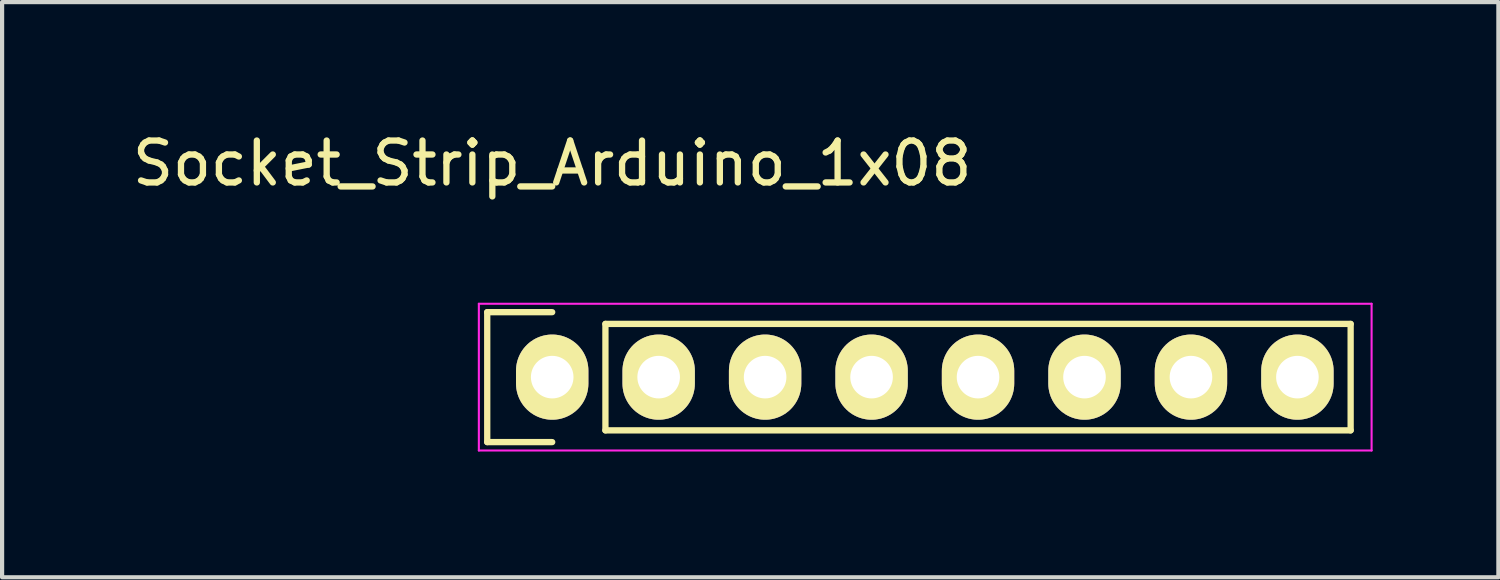
<source format=kicad_pcb>
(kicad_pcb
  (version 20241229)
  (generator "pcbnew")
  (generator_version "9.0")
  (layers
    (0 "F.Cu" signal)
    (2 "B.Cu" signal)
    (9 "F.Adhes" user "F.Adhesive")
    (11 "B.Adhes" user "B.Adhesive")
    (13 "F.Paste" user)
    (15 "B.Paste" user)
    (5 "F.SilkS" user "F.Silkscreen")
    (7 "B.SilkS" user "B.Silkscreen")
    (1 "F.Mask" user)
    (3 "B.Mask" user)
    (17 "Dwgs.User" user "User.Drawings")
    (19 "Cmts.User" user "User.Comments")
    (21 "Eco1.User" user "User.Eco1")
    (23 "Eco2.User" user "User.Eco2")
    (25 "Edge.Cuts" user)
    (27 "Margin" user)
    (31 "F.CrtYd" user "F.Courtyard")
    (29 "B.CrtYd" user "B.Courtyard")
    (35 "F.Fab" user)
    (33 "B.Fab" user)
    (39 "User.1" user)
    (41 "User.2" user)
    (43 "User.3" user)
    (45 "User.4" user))
  (footprint "Socket_Strip_Arduino_1x08"
    (layer "F.Cu")
    (at 10.125 5.948)
    (property "Reference" "Socket_Strip_Arduino_1x08" (at 0 -5.1 0) (layer "F.SilkS") (effects (font (size 1 1) (thickness 0.15))))
    (attr through_hole)
    (fp_line (start -1.55 -1.55) (end -1.55 1.55) (stroke (width 0.15) (type solid)) (layer "F.SilkS"))
    (fp_line (start -1.55 1.55) (end 0 1.55) (stroke (width 0.15) (type solid)) (layer "F.SilkS"))
    (fp_line (start 0 -1.55) (end -1.55 -1.55) (stroke (width 0.15) (type solid)) (layer "F.SilkS"))
    (fp_line (start 1.27 1.27) (end 1.27 -1.27) (stroke (width 0.15) (type solid)) (layer "F.SilkS"))
    (fp_line (start 1.27 1.27) (end 19.05 1.27) (stroke (width 0.15) (type solid)) (layer "F.SilkS"))
    (fp_line (start 19.05 -1.27) (end 1.27 -1.27) (stroke (width 0.15) (type solid)) (layer "F.SilkS"))
    (fp_line (start 19.05 1.27) (end 19.05 -1.27) (stroke (width 0.15) (type solid)) (layer "F.SilkS"))
    (fp_line (start -1.75 -1.75) (end -1.75 1.75) (stroke (width 0.05) (type solid)) (layer "F.CrtYd"))
    (fp_line (start -1.75 -1.75) (end 19.55 -1.75) (stroke (width 0.05) (type solid)) (layer "F.CrtYd"))
    (fp_line (start -1.75 1.75) (end 19.55 1.75) (stroke (width 0.05) (type solid)) (layer "F.CrtYd"))
    (fp_line (start 19.55 -1.75) (end 19.55 1.75) (stroke (width 0.05) (type solid)) (layer "F.CrtYd"))
    (pad "1" thru_hole oval (at 0 0) (size 1.727 2.032) (drill 1.016) (layers "*.Cu" "*.Mask" "F.SilkS"))
    (pad "2" thru_hole oval (at 2.54 0) (size 1.727 2.032) (drill 1.016) (layers "*.Cu" "*.Mask" "F.SilkS"))
    (pad "3" thru_hole oval (at 5.08 0) (size 1.727 2.032) (drill 1.016) (layers "*.Cu" "*.Mask" "F.SilkS"))
    (pad "4" thru_hole oval (at 7.62 0) (size 1.727 2.032) (drill 1.016) (layers "*.Cu" "*.Mask" "F.SilkS"))
    (pad "5" thru_hole oval (at 10.16 0) (size 1.727 2.032) (drill 1.016) (layers "*.Cu" "*.Mask" "F.SilkS"))
    (pad "6" thru_hole oval (at 12.7 0) (size 1.727 2.032) (drill 1.016) (layers "*.Cu" "*.Mask" "F.SilkS"))
    (pad "7" thru_hole oval (at 15.24 0) (size 1.727 2.032) (drill 1.016) (layers "*.Cu" "*.Mask" "F.SilkS"))
    (pad "8" thru_hole oval (at 17.78 0) (size 1.727 2.032) (drill 1.016) (layers "*.Cu" "*.Mask" "F.SilkS")))
  (gr_rect
    (start -3 -3)
    (end 32.7 10.723)
    (stroke (width 0.1) (type default))
    (fill no)
    (layer "Edge.Cuts")))
</source>
